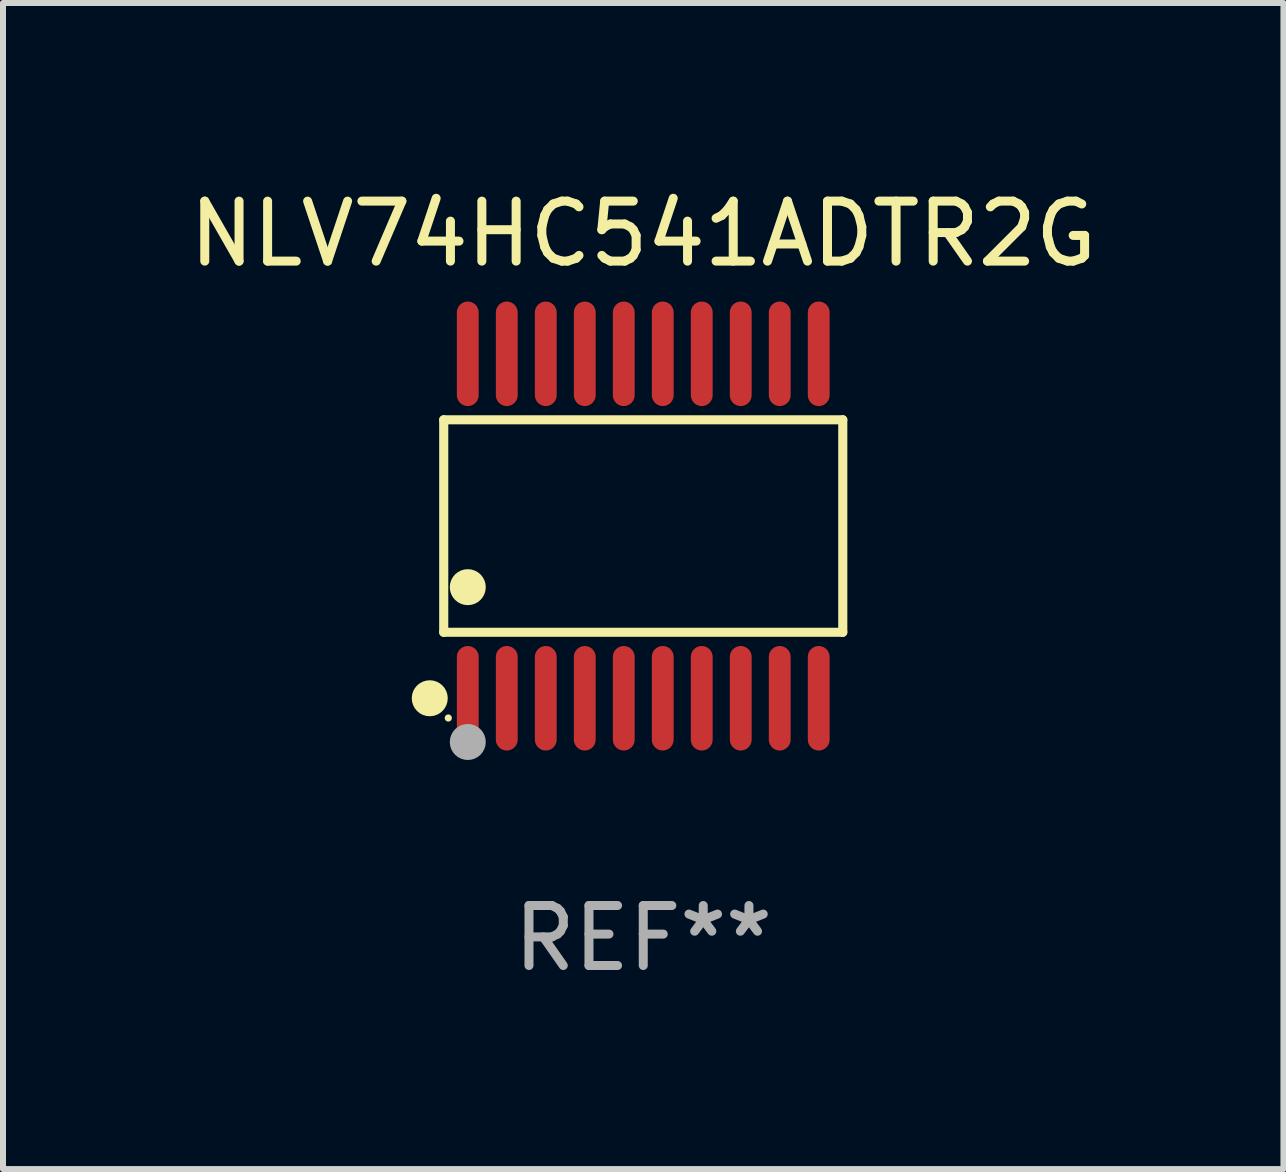
<source format=kicad_pcb>
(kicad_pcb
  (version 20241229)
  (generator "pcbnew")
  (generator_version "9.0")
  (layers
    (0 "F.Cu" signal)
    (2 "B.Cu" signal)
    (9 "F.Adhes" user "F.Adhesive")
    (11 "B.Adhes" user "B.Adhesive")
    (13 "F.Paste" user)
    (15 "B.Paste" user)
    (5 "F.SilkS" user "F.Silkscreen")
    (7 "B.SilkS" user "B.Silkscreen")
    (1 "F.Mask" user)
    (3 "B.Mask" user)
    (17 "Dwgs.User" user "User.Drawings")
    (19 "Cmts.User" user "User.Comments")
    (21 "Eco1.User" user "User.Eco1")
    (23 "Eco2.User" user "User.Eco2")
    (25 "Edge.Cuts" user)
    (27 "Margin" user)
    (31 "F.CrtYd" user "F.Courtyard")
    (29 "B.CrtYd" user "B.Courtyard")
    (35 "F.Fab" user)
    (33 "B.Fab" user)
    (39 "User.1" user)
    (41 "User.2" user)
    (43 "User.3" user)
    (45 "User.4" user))
  (footprint "NLV74HC541ADTR2G"
    (layer "F.Cu")
    (at 7.673 5.719)
    (property "Reference" "NLV74HC541ADTR2G" (at 0 -4.871 0) (layer "F.SilkS") (effects (font (size 1 1) (thickness 0.15))))
    (attr through_hole)
    (fp_line (start -3.326 -1.771) (end 3.326 -1.771) (stroke (width 0.152) (type solid)) (layer "F.SilkS"))
    (fp_line (start -3.326 1.771) (end -3.326 -1.771) (stroke (width 0.152) (type solid)) (layer "F.SilkS"))
    (fp_line (start 3.326 -1.771) (end 3.326 1.771) (stroke (width 0.152) (type solid)) (layer "F.SilkS"))
    (fp_line (start 3.326 1.771) (end -3.326 1.771) (stroke (width 0.152) (type solid)) (layer "F.SilkS"))
    (fp_circle (center -3.559 2.871) (end -3.409 2.871) (stroke (width 0.3) (type solid)) (fill no) (layer "F.SilkS"))
    (fp_circle (center -3.25 3.2) (end -3.22 3.2) (stroke (width 0.06) (type solid)) (fill no) (layer "F.SilkS"))
    (fp_circle (center -2.925 1.019) (end -2.775 1.019) (stroke (width 0.3) (type solid)) (fill no) (layer "F.SilkS"))
    (fp_circle (center -2.925 3.6) (end -2.775 3.6) (stroke (width 0.3) (type solid)) (fill no) (layer "F.Fab"))
    (fp_text user "REF**" (at 0 6.871 0) (layer "F.Fab") (effects (font (size 1 1) (thickness 0.15))))
    (pad "1" smd oval (at -2.925 2.871) (size 0.364 1.742) (layers "F.Cu" "F.Mask" "F.Paste"))
    (pad "2" smd oval (at -2.275 2.871) (size 0.364 1.742) (layers "F.Cu" "F.Mask" "F.Paste"))
    (pad "3" smd oval (at -1.625 2.871) (size 0.364 1.742) (layers "F.Cu" "F.Mask" "F.Paste"))
    (pad "4" smd oval (at -0.975 2.871) (size 0.364 1.742) (layers "F.Cu" "F.Mask" "F.Paste"))
    (pad "5" smd oval (at -0.325 2.871) (size 0.364 1.742) (layers "F.Cu" "F.Mask" "F.Paste"))
    (pad "6" smd oval (at 0.325 2.871) (size 0.364 1.742) (layers "F.Cu" "F.Mask" "F.Paste"))
    (pad "7" smd oval (at 0.975 2.871) (size 0.364 1.742) (layers "F.Cu" "F.Mask" "F.Paste"))
    (pad "8" smd oval (at 1.625 2.871) (size 0.364 1.742) (layers "F.Cu" "F.Mask" "F.Paste"))
    (pad "9" smd oval (at 2.275 2.871) (size 0.364 1.742) (layers "F.Cu" "F.Mask" "F.Paste"))
    (pad "10" smd oval (at 2.925 2.871) (size 0.364 1.742) (layers "F.Cu" "F.Mask" "F.Paste"))
    (pad "11" smd oval (at 2.925 -2.871) (size 0.364 1.742) (layers "F.Cu" "F.Mask" "F.Paste"))
    (pad "12" smd oval (at 2.275 -2.871) (size 0.364 1.742) (layers "F.Cu" "F.Mask" "F.Paste"))
    (pad "13" smd oval (at 1.625 -2.871) (size 0.364 1.742) (layers "F.Cu" "F.Mask" "F.Paste"))
    (pad "14" smd oval (at 0.975 -2.871) (size 0.364 1.742) (layers "F.Cu" "F.Mask" "F.Paste"))
    (pad "15" smd oval (at 0.325 -2.871) (size 0.364 1.742) (layers "F.Cu" "F.Mask" "F.Paste"))
    (pad "16" smd oval (at -0.325 -2.871) (size 0.364 1.742) (layers "F.Cu" "F.Mask" "F.Paste"))
    (pad "17" smd oval (at -0.975 -2.871) (size 0.364 1.742) (layers "F.Cu" "F.Mask" "F.Paste"))
    (pad "18" smd oval (at -1.625 -2.871) (size 0.364 1.742) (layers "F.Cu" "F.Mask" "F.Paste"))
    (pad "19" smd oval (at -2.275 -2.871) (size 0.364 1.742) (layers "F.Cu" "F.Mask" "F.Paste"))
    (pad "20" smd oval (at -2.925 -2.871) (size 0.364 1.742) (layers "F.Cu" "F.Mask" "F.Paste")))
  (gr_rect
    (start -3 -3)
    (end 18.345 16.438)
    (stroke (width 0.1) (type default))
    (fill no)
    (layer "Edge.Cuts")))
</source>
